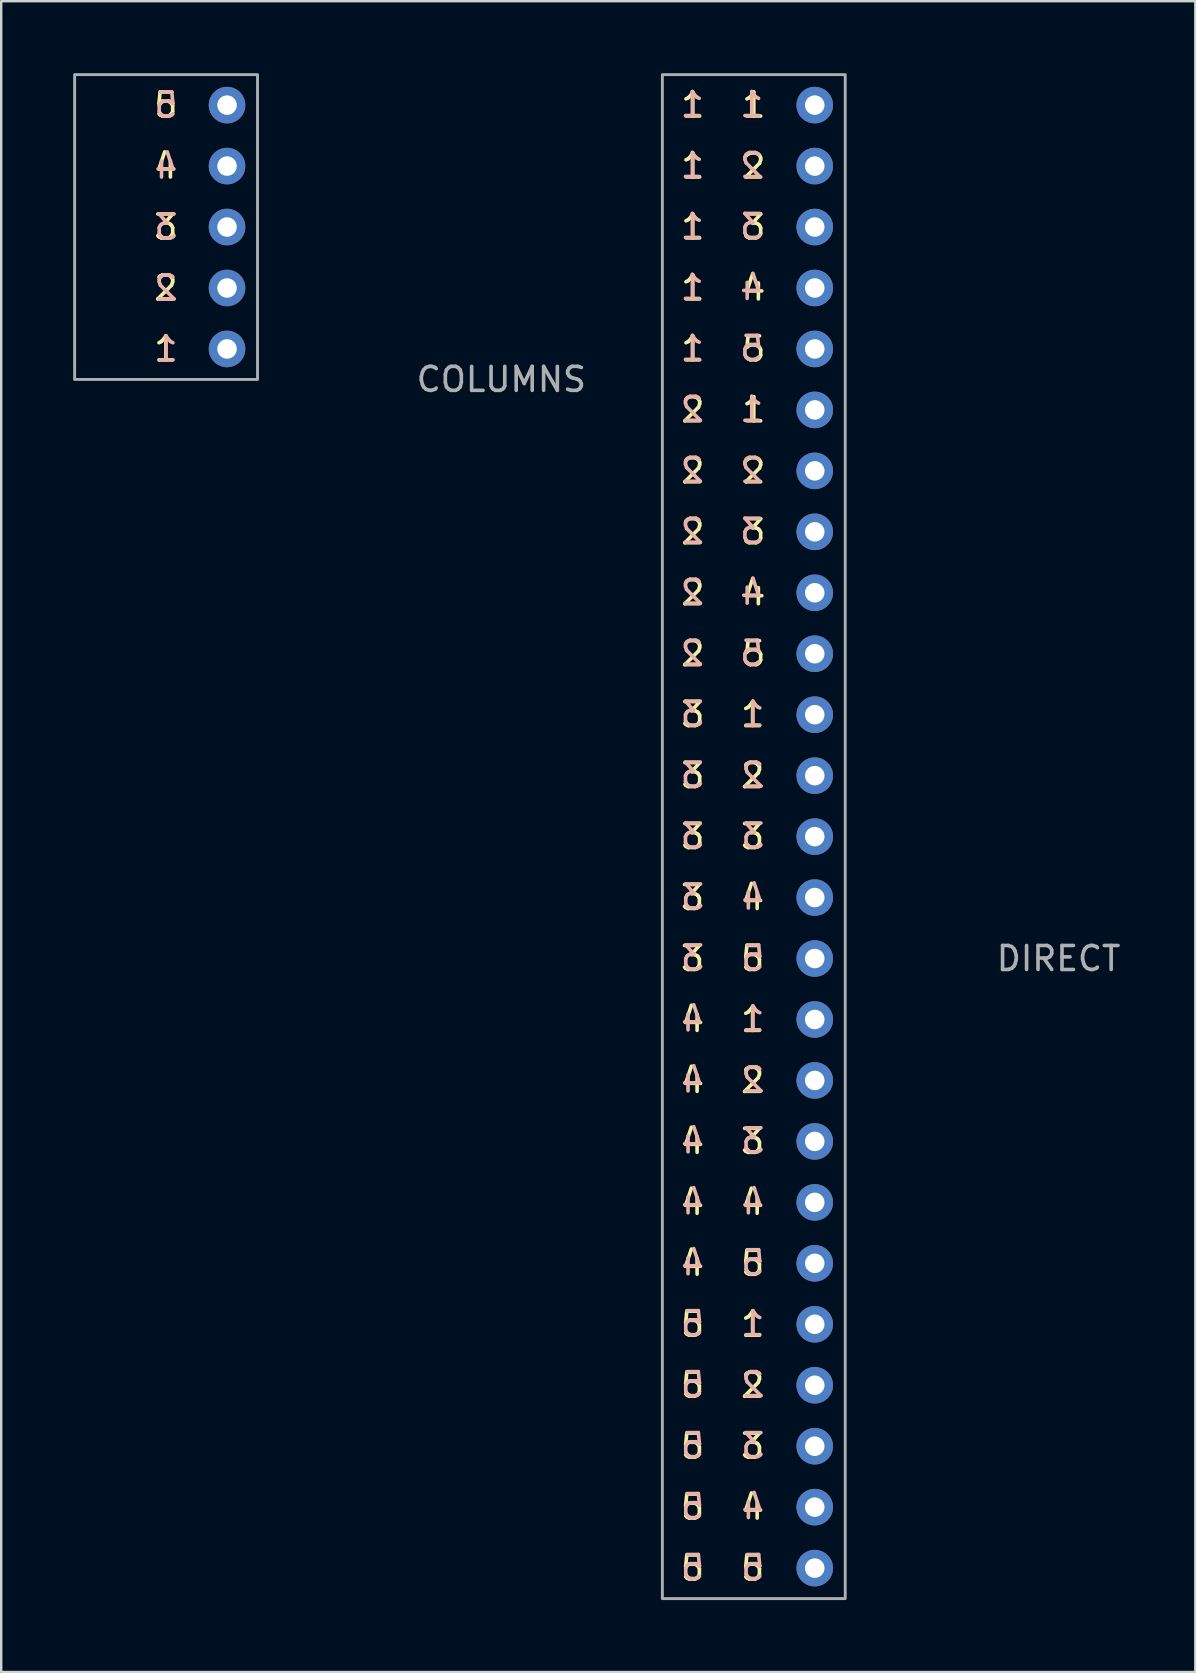
<source format=kicad_pcb>
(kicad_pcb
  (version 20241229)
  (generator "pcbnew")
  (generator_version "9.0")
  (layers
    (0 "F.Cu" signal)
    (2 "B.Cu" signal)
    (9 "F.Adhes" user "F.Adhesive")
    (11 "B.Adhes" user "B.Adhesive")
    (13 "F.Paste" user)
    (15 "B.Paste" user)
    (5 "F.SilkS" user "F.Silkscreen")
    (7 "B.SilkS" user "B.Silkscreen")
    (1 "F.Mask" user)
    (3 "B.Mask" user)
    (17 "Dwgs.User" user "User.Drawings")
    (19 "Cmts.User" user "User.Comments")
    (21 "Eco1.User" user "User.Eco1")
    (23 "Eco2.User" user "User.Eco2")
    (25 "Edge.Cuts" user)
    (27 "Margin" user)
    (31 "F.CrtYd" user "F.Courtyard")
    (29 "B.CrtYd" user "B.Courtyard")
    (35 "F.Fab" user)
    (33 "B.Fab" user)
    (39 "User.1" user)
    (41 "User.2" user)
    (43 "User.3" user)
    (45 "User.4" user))
  (footprint "COLUMNS"
    (layer "F.Cu")
    (at 6.41 1.33)
    (property "Reference" "COLUMNS" (at 11.43 11.43 0) (unlocked yes) (layer "F.Fab") (effects (font (size 1 1) (thickness 0.15))))
    (attr through_hole)
    (fp_rect (start 1.27 -1.27) (end -6.35 11.43) (stroke (width 0.12) (type solid)) (fill no) (layer "F.Fab"))
    (fp_text user "3" (at -2.551 5.08 0) (unlocked yes) (layer "F.SilkS") (effects (font (size 1 1) (thickness 0.15))))
    (fp_text user "4" (at -2.551 2.54 0) (unlocked yes) (layer "F.SilkS") (effects (font (size 1 1) (thickness 0.15))))
    (fp_text user "1" (at -2.551 10.16 0) (unlocked yes) (layer "F.SilkS") (effects (font (size 1 1) (thickness 0.15))))
    (fp_text user "2" (at -2.551 7.62 0) (unlocked yes) (layer "F.SilkS") (effects (font (size 1 1) (thickness 0.15))))
    (fp_text user "5" (at -2.551 0 0) (unlocked yes) (layer "F.SilkS") (effects (font (size 1 1) (thickness 0.15))))
    (fp_text user "3" (at -2.54 5.08 0) (unlocked yes) (layer "B.SilkS") (effects (font (size 1 1) (thickness 0.15)) (justify mirror)))
    (fp_text user "5" (at -2.54 0 0) (unlocked yes) (layer "B.SilkS") (effects (font (size 1 1) (thickness 0.15)) (justify mirror)))
    (fp_text user "1" (at -2.54 10.16 0) (unlocked yes) (layer "B.SilkS") (effects (font (size 1 1) (thickness 0.15)) (justify mirror)))
    (fp_text user "4" (at -2.54 2.54 0) (unlocked yes) (layer "B.SilkS") (effects (font (size 1 1) (thickness 0.15)) (justify mirror)))
    (fp_text user "2" (at -2.54 7.62 0) (unlocked yes) (layer "B.SilkS") (effects (font (size 1 1) (thickness 0.15)) (justify mirror)))
    (pad "1" thru_hole circle (at 0 10.16) (size 1.524 1.524) (drill 0.813) (layers "*.Cu" "*.Mask"))
    (pad "2" thru_hole circle (at 0 7.62) (size 1.524 1.524) (drill 0.813) (layers "*.Cu" "*.Mask"))
    (pad "3" thru_hole circle (at 0 5.08) (size 1.524 1.524) (drill 0.813) (layers "*.Cu" "*.Mask"))
    (pad "4" thru_hole circle (at 0 2.54) (size 1.524 1.524) (drill 0.813) (layers "*.Cu" "*.Mask"))
    (pad "5" thru_hole circle (at 0 0) (size 1.524 1.524) (drill 0.813) (layers "*.Cu" "*.Mask")))
  (footprint "DIRECT"
    (layer "F.Cu")
    (at 30.899 1.33)
    (property "Reference" "DIRECT" (at 10.16 35.56 0) (unlocked yes) (layer "F.Fab") (effects (font (size 1 1) (thickness 0.15))))
    (attr through_hole)
    (fp_rect (start 1.27 -1.27) (end -6.35 62.23) (stroke (width 0.12) (type solid)) (fill no) (layer "F.Fab"))
    (fp_text user "2" (at -2.59 27.94 0) (unlocked yes) (layer "F.SilkS") (effects (font (size 1 1) (thickness 0.15))))
    (fp_text user "2" (at -5.08 20.32 0) (unlocked yes) (layer "F.SilkS") (effects (font (size 1 1) (thickness 0.15))))
    (fp_text user "3" (at -2.54 5.08 0) (unlocked yes) (layer "F.SilkS") (effects (font (size 1 1) (thickness 0.15))))
    (fp_text user "1" (at -2.59 38.1 0) (unlocked yes) (layer "F.SilkS") (effects (font (size 1 1) (thickness 0.15))))
    (fp_text user "3" (at -5.093 35.56 0) (unlocked yes) (layer "F.SilkS") (effects (font (size 1 1) (thickness 0.15))))
    (fp_text user "4" (at -2.54 20.32 0) (unlocked yes) (layer "F.SilkS") (effects (font (size 1 1) (thickness 0.15))))
    (fp_text user "5" (at -2.54 22.86 0) (unlocked yes) (layer "F.SilkS") (effects (font (size 1 1) (thickness 0.15))))
    (fp_text user "1" (at -2.54 0 0) (unlocked yes) (layer "F.SilkS") (effects (font (size 1 1) (thickness 0.15))))
    (fp_text user "1" (at -5.08 10.16 0) (unlocked yes) (layer "F.SilkS") (effects (font (size 1 1) (thickness 0.15))))
    (fp_text user "5" (at -5.093 55.88 0) (unlocked yes) (layer "F.SilkS") (effects (font (size 1 1) (thickness 0.15))))
    (fp_text user "5" (at -2.59 35.56 0) (unlocked yes) (layer "F.SilkS") (effects (font (size 1 1) (thickness 0.15))))
    (fp_text user "2" (at -2.59 53.34 0) (unlocked yes) (layer "F.SilkS") (effects (font (size 1 1) (thickness 0.15))))
    (fp_text user "2" (at -2.59 40.64 0) (unlocked yes) (layer "F.SilkS") (effects (font (size 1 1) (thickness 0.15))))
    (fp_text user "5" (at -2.59 48.26 0) (unlocked yes) (layer "F.SilkS") (effects (font (size 1 1) (thickness 0.15))))
    (fp_text user "1" (at -5.08 2.54 0) (unlocked yes) (layer "F.SilkS") (effects (font (size 1 1) (thickness 0.15))))
    (fp_text user "2" (at -2.54 2.54 0) (unlocked yes) (layer "F.SilkS") (effects (font (size 1 1) (thickness 0.15))))
    (fp_text user "3" (at -5.08 27.94 0) (unlocked yes) (layer "F.SilkS") (effects (font (size 1 1) (thickness 0.15))))
    (fp_text user "1" (at -5.08 7.62 0) (unlocked yes) (layer "F.SilkS") (effects (font (size 1 1) (thickness 0.15))))
    (fp_text user "2" (at -2.54 15.24 0) (unlocked yes) (layer "F.SilkS") (effects (font (size 1 1) (thickness 0.15))))
    (fp_text user "3" (at -5.093 33.02 0) (unlocked yes) (layer "F.SilkS") (effects (font (size 1 1) (thickness 0.15))))
    (fp_text user "2" (at -5.08 15.24 0) (unlocked yes) (layer "F.SilkS") (effects (font (size 1 1) (thickness 0.15))))
    (fp_text user "4" (at -5.093 38.1 0) (unlocked yes) (layer "F.SilkS") (effects (font (size 1 1) (thickness 0.15))))
    (fp_text user "2" (at -5.08 12.7 0) (unlocked yes) (layer "F.SilkS") (effects (font (size 1 1) (thickness 0.15))))
    (fp_text user "3" (at -2.59 30.48 0) (unlocked yes) (layer "F.SilkS") (effects (font (size 1 1) (thickness 0.15))))
    (fp_text user "4" (at -2.54 7.62 0) (unlocked yes) (layer "F.SilkS") (effects (font (size 1 1) (thickness 0.15))))
    (fp_text user "4" (at -5.093 40.64 0) (unlocked yes) (layer "F.SilkS") (effects (font (size 1 1) (thickness 0.15))))
    (fp_text user "5" (at -5.093 58.42 0) (unlocked yes) (layer "F.SilkS") (effects (font (size 1 1) (thickness 0.15))))
    (fp_text user "3" (at -5.08 30.48 0) (unlocked yes) (layer "F.SilkS") (effects (font (size 1 1) (thickness 0.15))))
    (fp_text user "1" (at -5.08 5.08 0) (unlocked yes) (layer "F.SilkS") (effects (font (size 1 1) (thickness 0.15))))
    (fp_text user "5" (at -5.093 50.8 0) (unlocked yes) (layer "F.SilkS") (effects (font (size 1 1) (thickness 0.15))))
    (fp_text user "3" (at -2.54 17.78 0) (unlocked yes) (layer "F.SilkS") (effects (font (size 1 1) (thickness 0.15))))
    (fp_text user "1" (at -5.08 0 0) (unlocked yes) (layer "F.SilkS") (effects (font (size 1 1) (thickness 0.15))))
    (fp_text user "4" (at -5.093 45.72 0) (unlocked yes) (layer "F.SilkS") (effects (font (size 1 1) (thickness 0.15))))
    (fp_text user "4" (at -5.093 48.26 0) (unlocked yes) (layer "F.SilkS") (effects (font (size 1 1) (thickness 0.15))))
    (fp_text user "4" (at -2.59 33.02 0) (unlocked yes) (layer "F.SilkS") (effects (font (size 1 1) (thickness 0.15))))
    (fp_text user "5" (at -5.093 60.96 0) (unlocked yes) (layer "F.SilkS") (effects (font (size 1 1) (thickness 0.15))))
    (fp_text user "1" (at -2.59 50.8 0) (unlocked yes) (layer "F.SilkS") (effects (font (size 1 1) (thickness 0.15))))
    (fp_text user "5" (at -2.59 60.96 0) (unlocked yes) (layer "F.SilkS") (effects (font (size 1 1) (thickness 0.15))))
    (fp_text user "1" (at -2.54 12.7 0) (unlocked yes) (layer "F.SilkS") (effects (font (size 1 1) (thickness 0.15))))
    (fp_text user "5" (at -2.54 10.16 0) (unlocked yes) (layer "F.SilkS") (effects (font (size 1 1) (thickness 0.15))))
    (fp_text user "3" (at -2.59 43.18 0) (unlocked yes) (layer "F.SilkS") (effects (font (size 1 1) (thickness 0.15))))
    (fp_text user "4" (at -2.59 58.42 0) (unlocked yes) (layer "F.SilkS") (effects (font (size 1 1) (thickness 0.15))))
    (fp_text user "3" (at -5.08 25.4 0) (unlocked yes) (layer "F.SilkS") (effects (font (size 1 1) (thickness 0.15))))
    (fp_text user "4" (at -2.59 45.72 0) (unlocked yes) (layer "F.SilkS") (effects (font (size 1 1) (thickness 0.15))))
    (fp_text user "3" (at -2.59 55.88 0) (unlocked yes) (layer "F.SilkS") (effects (font (size 1 1) (thickness 0.15))))
    (fp_text user "2" (at -5.08 17.78 0) (unlocked yes) (layer "F.SilkS") (effects (font (size 1 1) (thickness 0.15))))
    (fp_text user "4" (at -5.093 43.18 0) (unlocked yes) (layer "F.SilkS") (effects (font (size 1 1) (thickness 0.15))))
    (fp_text user "5" (at -5.093 53.34 0) (unlocked yes) (layer "F.SilkS") (effects (font (size 1 1) (thickness 0.15))))
    (fp_text user "1" (at -2.59 25.4 0) (unlocked yes) (layer "F.SilkS") (effects (font (size 1 1) (thickness 0.15))))
    (fp_text user "2" (at -5.08 22.86 0) (unlocked yes) (layer "F.SilkS") (effects (font (size 1 1) (thickness 0.15))))
    (fp_text user "5" (at -2.625 22.838 0) (unlocked yes) (layer "B.SilkS") (effects (font (size 1 1) (thickness 0.15)) (justify mirror)))
    (fp_text user "3" (at -5.101 25.378 0) (unlocked yes) (layer "B.SilkS") (effects (font (size 1 1) (thickness 0.15)) (justify mirror)))
    (fp_text user "2" (at -5.101 20.298 0) (unlocked yes) (layer "B.SilkS") (effects (font (size 1 1) (thickness 0.15)) (justify mirror)))
    (fp_text user "2" (at -2.576 27.918 0) (unlocked yes) (layer "B.SilkS") (effects (font (size 1 1) (thickness 0.15)) (justify mirror)))
    (fp_text user "1" (at -2.576 25.378 0) (unlocked yes) (layer "B.SilkS") (effects (font (size 1 1) (thickness 0.15)) (justify mirror)))
    (fp_text user "4" (at -5.089 48.238 0) (unlocked yes) (layer "B.SilkS") (effects (font (size 1 1) (thickness 0.15)) (justify mirror)))
    (fp_text user "2" (at -2.576 53.318 0) (unlocked yes) (layer "B.SilkS") (effects (font (size 1 1) (thickness 0.15)) (justify mirror)))
    (fp_text user "2" (at -5.101 17.758 0) (unlocked yes) (layer "B.SilkS") (effects (font (size 1 1) (thickness 0.15)) (justify mirror)))
    (fp_text user "1" (at -2.625 -0.022 0) (unlocked yes) (layer "B.SilkS") (effects (font (size 1 1) (thickness 0.15)) (justify mirror)))
    (fp_text user "5" (at -5.089 53.318 0) (unlocked yes) (layer "B.SilkS") (effects (font (size 1 1) (thickness 0.15)) (justify mirror)))
    (fp_text user "2" (at -2.576 40.618 0) (unlocked yes) (layer "B.SilkS") (effects (font (size 1 1) (thickness 0.15)) (justify mirror)))
    (fp_text user "3" (at -5.101 27.918 0) (unlocked yes) (layer "B.SilkS") (effects (font (size 1 1) (thickness 0.15)) (justify mirror)))
    (fp_text user "1" (at -2.625 12.678 0) (unlocked yes) (layer "B.SilkS") (effects (font (size 1 1) (thickness 0.15)) (justify mirror)))
    (fp_text user "3" (at -2.576 30.458 0) (unlocked yes) (layer "B.SilkS") (effects (font (size 1 1) (thickness 0.15)) (justify mirror)))
    (fp_text user "4" (at -5.089 40.618 0) (unlocked yes) (layer "B.SilkS") (effects (font (size 1 1) (thickness 0.15)) (justify mirror)))
    (fp_text user "2" (at -2.625 15.218 0) (unlocked yes) (layer "B.SilkS") (effects (font (size 1 1) (thickness 0.15)) (justify mirror)))
    (fp_text user "5" (at -2.576 60.938 0) (unlocked yes) (layer "B.SilkS") (effects (font (size 1 1) (thickness 0.15)) (justify mirror)))
    (fp_text user "4" (at -2.625 20.298 0) (unlocked yes) (layer "B.SilkS") (effects (font (size 1 1) (thickness 0.15)) (justify mirror)))
    (fp_text user "2" (at -5.101 22.838 0) (unlocked yes) (layer "B.SilkS") (effects (font (size 1 1) (thickness 0.15)) (justify mirror)))
    (fp_text user "1" (at -2.576 50.778 0) (unlocked yes) (layer "B.SilkS") (effects (font (size 1 1) (thickness 0.15)) (justify mirror)))
    (fp_text user "4" (at -2.576 45.698 0) (unlocked yes) (layer "B.SilkS") (effects (font (size 1 1) (thickness 0.15)) (justify mirror)))
    (fp_text user "3" (at -2.576 43.158 0) (unlocked yes) (layer "B.SilkS") (effects (font (size 1 1) (thickness 0.15)) (justify mirror)))
    (fp_text user "3" (at -5.101 30.458 0) (unlocked yes) (layer "B.SilkS") (effects (font (size 1 1) (thickness 0.15)) (justify mirror)))
    (fp_text user "5" (at -5.089 58.398 0) (unlocked yes) (layer "B.SilkS") (effects (font (size 1 1) (thickness 0.15)) (justify mirror)))
    (fp_text user "3" (at -5.089 35.538 0) (unlocked yes) (layer "B.SilkS") (effects (font (size 1 1) (thickness 0.15)) (justify mirror)))
    (fp_text user "4" (at -5.089 45.698 0) (unlocked yes) (layer "B.SilkS") (effects (font (size 1 1) (thickness 0.15)) (justify mirror)))
    (fp_text user "2" (at -2.625 2.518 0) (unlocked yes) (layer "B.SilkS") (effects (font (size 1 1) (thickness 0.15)) (justify mirror)))
    (fp_text user "3" (at -2.625 17.758 0) (unlocked yes) (layer "B.SilkS") (effects (font (size 1 1) (thickness 0.15)) (justify mirror)))
    (fp_text user "3" (at -2.625 5.058 0) (unlocked yes) (layer "B.SilkS") (effects (font (size 1 1) (thickness 0.15)) (justify mirror)))
    (fp_text user "5" (at -5.089 60.938 0) (unlocked yes) (layer "B.SilkS") (effects (font (size 1 1) (thickness 0.15)) (justify mirror)))
    (fp_text user "5" (at -5.089 50.778 0) (unlocked yes) (layer "B.SilkS") (effects (font (size 1 1) (thickness 0.15)) (justify mirror)))
    (fp_text user "2" (at -5.101 15.218 0) (unlocked yes) (layer "B.SilkS") (effects (font (size 1 1) (thickness 0.15)) (justify mirror)))
    (fp_text user "1" (at -5.101 -0.022 0) (unlocked yes) (layer "B.SilkS") (effects (font (size 1 1) (thickness 0.15)) (justify mirror)))
    (fp_text user "2" (at -5.101 12.678 0) (unlocked yes) (layer "B.SilkS") (effects (font (size 1 1) (thickness 0.15)) (justify mirror)))
    (fp_text user "3" (at -5.089 32.998 0) (unlocked yes) (layer "B.SilkS") (effects (font (size 1 1) (thickness 0.15)) (justify mirror)))
    (fp_text user "5" (at -2.576 48.238 0) (unlocked yes) (layer "B.SilkS") (effects (font (size 1 1) (thickness 0.15)) (justify mirror)))
    (fp_text user "3" (at -2.576 55.858 0) (unlocked yes) (layer "B.SilkS") (effects (font (size 1 1) (thickness 0.15)) (justify mirror)))
    (fp_text user "4" (at -2.625 7.598 0) (unlocked yes) (layer "B.SilkS") (effects (font (size 1 1) (thickness 0.15)) (justify mirror)))
    (fp_text user "1" (at -2.576 38.078 0) (unlocked yes) (layer "B.SilkS") (effects (font (size 1 1) (thickness 0.15)) (justify mirror)))
    (fp_text user "1" (at -5.101 7.598 0) (unlocked yes) (layer "B.SilkS") (effects (font (size 1 1) (thickness 0.15)) (justify mirror)))
    (fp_text user "1" (at -5.101 5.058 0) (unlocked yes) (layer "B.SilkS") (effects (font (size 1 1) (thickness 0.15)) (justify mirror)))
    (fp_text user "5" (at -2.576 35.538 0) (unlocked yes) (layer "B.SilkS") (effects (font (size 1 1) (thickness 0.15)) (justify mirror)))
    (fp_text user "4" (at -2.576 58.398 0) (unlocked yes) (layer "B.SilkS") (effects (font (size 1 1) (thickness 0.15)) (justify mirror)))
    (fp_text user "1" (at -5.101 10.138 0) (unlocked yes) (layer "B.SilkS") (effects (font (size 1 1) (thickness 0.15)) (justify mirror)))
    (fp_text user "4" (at -5.089 38.078 0) (unlocked yes) (layer "B.SilkS") (effects (font (size 1 1) (thickness 0.15)) (justify mirror)))
    (fp_text user "4" (at -2.576 32.998 0) (unlocked yes) (layer "B.SilkS") (effects (font (size 1 1) (thickness 0.15)) (justify mirror)))
    (fp_text user "5" (at -5.089 55.858 0) (unlocked yes) (layer "B.SilkS") (effects (font (size 1 1) (thickness 0.15)) (justify mirror)))
    (fp_text user "1" (at -5.101 2.518 0) (unlocked yes) (layer "B.SilkS") (effects (font (size 1 1) (thickness 0.15)) (justify mirror)))
    (fp_text user "4" (at -5.089 43.158 0) (unlocked yes) (layer "B.SilkS") (effects (font (size 1 1) (thickness 0.15)) (justify mirror)))
    (fp_text user "5" (at -2.625 10.138 0) (unlocked yes) (layer "B.SilkS") (effects (font (size 1 1) (thickness 0.15)) (justify mirror)))
    (pad "1" thru_hole circle (at 0 0) (size 1.524 1.524) (drill 0.813) (layers "*.Cu" "*.Mask"))
    (pad "2" thru_hole circle (at 0 2.54) (size 1.524 1.524) (drill 0.813) (layers "*.Cu" "*.Mask"))
    (pad "3" thru_hole circle (at 0 5.08) (size 1.524 1.524) (drill 0.813) (layers "*.Cu" "*.Mask"))
    (pad "4" thru_hole circle (at 0 7.62) (size 1.524 1.524) (drill 0.813) (layers "*.Cu" "*.Mask"))
    (pad "5" thru_hole circle (at 0 10.16) (size 1.524 1.524) (drill 0.813) (layers "*.Cu" "*.Mask"))
    (pad "6" thru_hole circle (at 0 12.7) (size 1.524 1.524) (drill 0.813) (layers "*.Cu" "*.Mask"))
    (pad "7" thru_hole circle (at 0 15.24) (size 1.524 1.524) (drill 0.813) (layers "*.Cu" "*.Mask"))
    (pad "8" thru_hole circle (at 0 17.78) (size 1.524 1.524) (drill 0.813) (layers "*.Cu" "*.Mask"))
    (pad "9" thru_hole circle (at 0 20.32) (size 1.524 1.524) (drill 0.813) (layers "*.Cu" "*.Mask"))
    (pad "10" thru_hole circle (at 0 22.86) (size 1.524 1.524) (drill 0.813) (layers "*.Cu" "*.Mask"))
    (pad "11" thru_hole circle (at 0 25.4) (size 1.524 1.524) (drill 0.813) (layers "*.Cu" "*.Mask"))
    (pad "12" thru_hole circle (at 0 27.94) (size 1.524 1.524) (drill 0.813) (layers "*.Cu" "*.Mask"))
    (pad "13" thru_hole circle (at 0 30.48) (size 1.524 1.524) (drill 0.813) (layers "*.Cu" "*.Mask"))
    (pad "14" thru_hole circle (at 0 33.02) (size 1.524 1.524) (drill 0.813) (layers "*.Cu" "*.Mask"))
    (pad "15" thru_hole circle (at 0 35.56) (size 1.524 1.524) (drill 0.813) (layers "*.Cu" "*.Mask"))
    (pad "16" thru_hole circle (at 0 38.1) (size 1.524 1.524) (drill 0.813) (layers "*.Cu" "*.Mask"))
    (pad "17" thru_hole circle (at 0 40.64) (size 1.524 1.524) (drill 0.813) (layers "*.Cu" "*.Mask"))
    (pad "18" thru_hole circle (at 0 43.18) (size 1.524 1.524) (drill 0.813) (layers "*.Cu" "*.Mask"))
    (pad "19" thru_hole circle (at 0 45.72) (size 1.524 1.524) (drill 0.813) (layers "*.Cu" "*.Mask"))
    (pad "20" thru_hole circle (at 0 48.26) (size 1.524 1.524) (drill 0.813) (layers "*.Cu" "*.Mask"))
    (pad "21" thru_hole circle (at 0 50.8) (size 1.524 1.524) (drill 0.813) (layers "*.Cu" "*.Mask"))
    (pad "22" thru_hole circle (at 0 53.34) (size 1.524 1.524) (drill 0.813) (layers "*.Cu" "*.Mask"))
    (pad "23" thru_hole circle (at 0 55.88) (size 1.524 1.524) (drill 0.813) (layers "*.Cu" "*.Mask"))
    (pad "24" thru_hole circle (at 0 58.42) (size 1.524 1.524) (drill 0.813) (layers "*.Cu" "*.Mask"))
    (pad "25" thru_hole circle (at 0 60.96) (size 1.524 1.524) (drill 0.813) (layers "*.Cu" "*.Mask")))
  (gr_rect
    (start -3 -3)
    (end 46.755 66.62)
    (stroke (width 0.1) (type default))
    (fill no)
    (layer "Edge.Cuts")))
</source>
